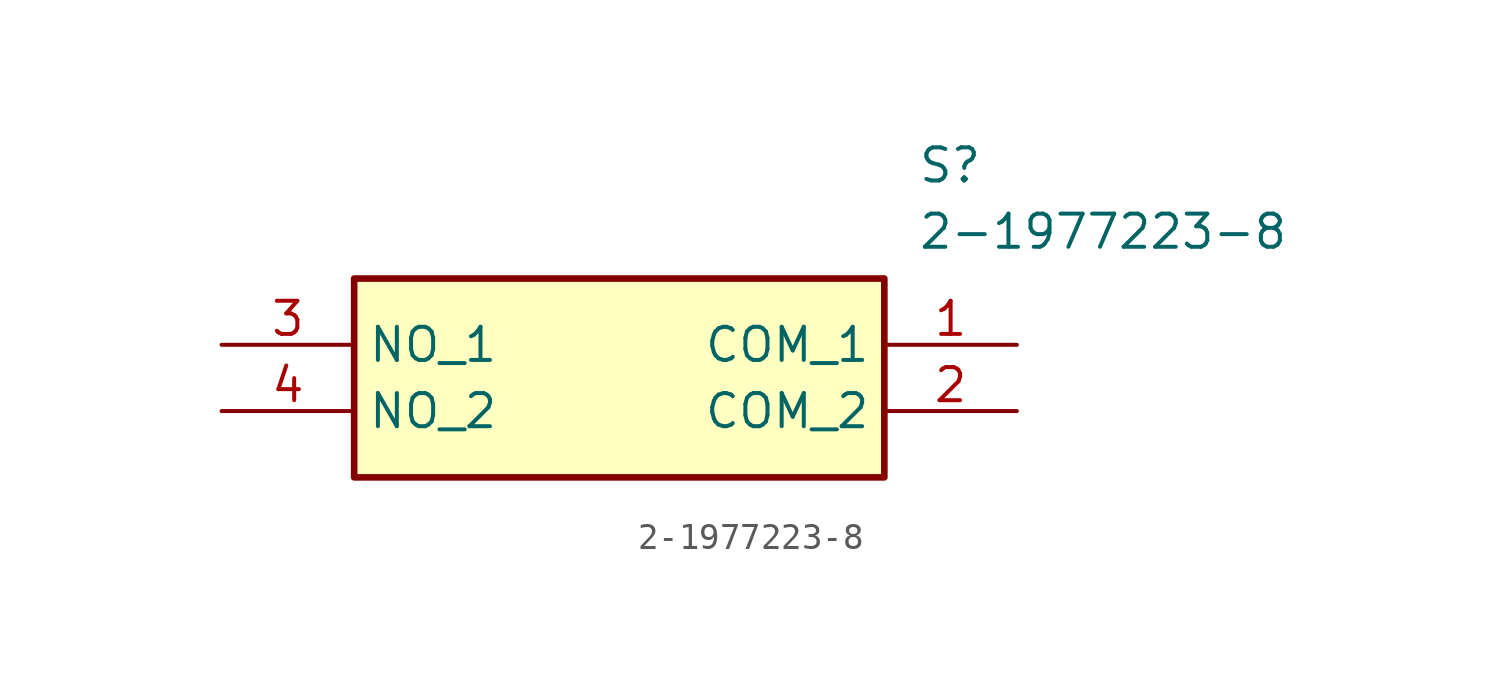
<source format=kicad_sym>
(kicad_symbol_lib
  (version 20211014)
  (generator SamacSys_ECAD_Model)
  (symbol "2-1977223-8"
    (property "Reference" "S"
      (at 26.67 7.62 0)
      (effects (font (size 1.27 1.27)) (justify left top)))
    (property "Value" "2-1977223-8"
      (at 26.67 5.08 0)
      (effects (font (size 1.27 1.27)) (justify left top)))
    (rectangle
      (start 5.08 2.54)
      (end 25.4 -5.08)
      (stroke (width 0.254) (type default))
      (fill (type background)))
    (pin passive line
      (at 30.48 0 180)
      (length 5.08)
      (name "COM_1" (effects (font (size 1.27 1.27))))
      (number "1" (effects (font (size 1.27 1.27)))))
    (pin passive line
      (at 30.48 -2.54 180)
      (length 5.08)
      (name "COM_2" (effects (font (size 1.27 1.27))))
      (number "2" (effects (font (size 1.27 1.27)))))
    (pin passive line
      (at 0 0 0)
      (length 5.08)
      (name "NO_1" (effects (font (size 1.27 1.27))))
      (number "3" (effects (font (size 1.27 1.27)))))
    (pin passive line
      (at 0 -2.54 0)
      (length 5.08)
      (name "NO_2" (effects (font (size 1.27 1.27))))
      (number "4" (effects (font (size 1.27 1.27)))))))
</source>
